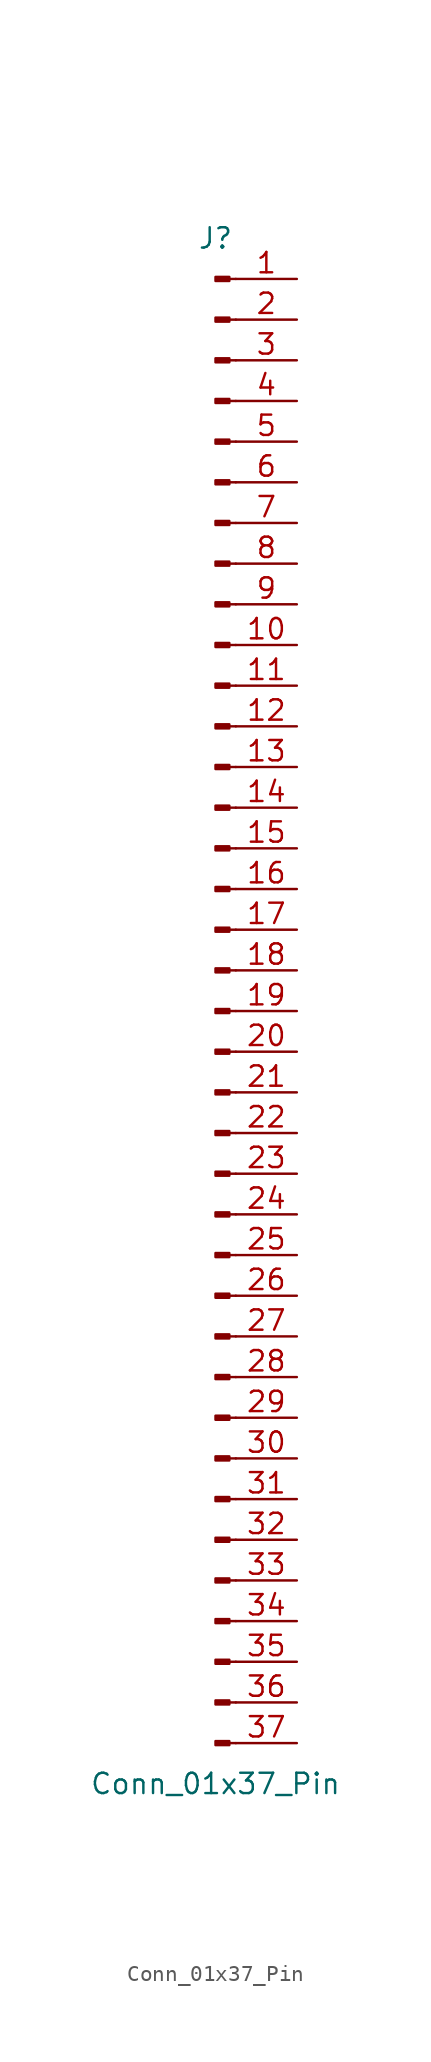
<source format=kicad_sym>
(kicad_symbol_lib
  (version 20220914)
  (generator kicad_symbol_editor)
  (symbol "Conn_01x37_Pin"
    (pin_names
      (offset 1.016) hide)
    (property "Reference" "J"
      (at 0 48.26 0)
      (effects (font (size 1.27 1.27))))
    (property "Value" "Conn_01x37_Pin"
      (at 0 -48.26 0)
      (effects (font (size 1.27 1.27))))
    (property "ki_locked" ""
      (at 0 0 0)
      (effects (font (size 1.27 1.27))))
    (symbol "Conn_01x37_Pin_1_1"
      (polyline (pts (xy 1.27 -45.72) (xy 0.864 -45.72)) (stroke (width 0.152) (type default)) (fill (type none)))
      (polyline (pts (xy 1.27 -43.18) (xy 0.864 -43.18)) (stroke (width 0.152) (type default)) (fill (type none)))
      (polyline (pts (xy 1.27 -40.64) (xy 0.864 -40.64)) (stroke (width 0.152) (type default)) (fill (type none)))
      (polyline (pts (xy 1.27 -38.1) (xy 0.864 -38.1)) (stroke (width 0.152) (type default)) (fill (type none)))
      (polyline (pts (xy 1.27 -35.56) (xy 0.864 -35.56)) (stroke (width 0.152) (type default)) (fill (type none)))
      (polyline (pts (xy 1.27 -33.02) (xy 0.864 -33.02)) (stroke (width 0.152) (type default)) (fill (type none)))
      (polyline (pts (xy 1.27 -30.48) (xy 0.864 -30.48)) (stroke (width 0.152) (type default)) (fill (type none)))
      (polyline (pts (xy 1.27 -27.94) (xy 0.864 -27.94)) (stroke (width 0.152) (type default)) (fill (type none)))
      (polyline (pts (xy 1.27 -25.4) (xy 0.864 -25.4)) (stroke (width 0.152) (type default)) (fill (type none)))
      (polyline (pts (xy 1.27 -22.86) (xy 0.864 -22.86)) (stroke (width 0.152) (type default)) (fill (type none)))
      (polyline (pts (xy 1.27 -20.32) (xy 0.864 -20.32)) (stroke (width 0.152) (type default)) (fill (type none)))
      (polyline (pts (xy 1.27 -17.78) (xy 0.864 -17.78)) (stroke (width 0.152) (type default)) (fill (type none)))
      (polyline (pts (xy 1.27 -15.24) (xy 0.864 -15.24)) (stroke (width 0.152) (type default)) (fill (type none)))
      (polyline (pts (xy 1.27 -12.7) (xy 0.864 -12.7)) (stroke (width 0.152) (type default)) (fill (type none)))
      (polyline (pts (xy 1.27 -10.16) (xy 0.864 -10.16)) (stroke (width 0.152) (type default)) (fill (type none)))
      (polyline (pts (xy 1.27 -7.62) (xy 0.864 -7.62)) (stroke (width 0.152) (type default)) (fill (type none)))
      (polyline (pts (xy 1.27 -5.08) (xy 0.864 -5.08)) (stroke (width 0.152) (type default)) (fill (type none)))
      (polyline (pts (xy 1.27 -2.54) (xy 0.864 -2.54)) (stroke (width 0.152) (type default)) (fill (type none)))
      (polyline (pts (xy 1.27 0) (xy 0.864 0)) (stroke (width 0.152) (type default)) (fill (type none)))
      (polyline (pts (xy 1.27 2.54) (xy 0.864 2.54)) (stroke (width 0.152) (type default)) (fill (type none)))
      (polyline (pts (xy 1.27 5.08) (xy 0.864 5.08)) (stroke (width 0.152) (type default)) (fill (type none)))
      (polyline (pts (xy 1.27 7.62) (xy 0.864 7.62)) (stroke (width 0.152) (type default)) (fill (type none)))
      (polyline (pts (xy 1.27 10.16) (xy 0.864 10.16)) (stroke (width 0.152) (type default)) (fill (type none)))
      (polyline (pts (xy 1.27 12.7) (xy 0.864 12.7)) (stroke (width 0.152) (type default)) (fill (type none)))
      (polyline (pts (xy 1.27 15.24) (xy 0.864 15.24)) (stroke (width 0.152) (type default)) (fill (type none)))
      (polyline (pts (xy 1.27 17.78) (xy 0.864 17.78)) (stroke (width 0.152) (type default)) (fill (type none)))
      (polyline (pts (xy 1.27 20.32) (xy 0.864 20.32)) (stroke (width 0.152) (type default)) (fill (type none)))
      (polyline (pts (xy 1.27 22.86) (xy 0.864 22.86)) (stroke (width 0.152) (type default)) (fill (type none)))
      (polyline (pts (xy 1.27 25.4) (xy 0.864 25.4)) (stroke (width 0.152) (type default)) (fill (type none)))
      (polyline (pts (xy 1.27 27.94) (xy 0.864 27.94)) (stroke (width 0.152) (type default)) (fill (type none)))
      (polyline (pts (xy 1.27 30.48) (xy 0.864 30.48)) (stroke (width 0.152) (type default)) (fill (type none)))
      (polyline (pts (xy 1.27 33.02) (xy 0.864 33.02)) (stroke (width 0.152) (type default)) (fill (type none)))
      (polyline (pts (xy 1.27 35.56) (xy 0.864 35.56)) (stroke (width 0.152) (type default)) (fill (type none)))
      (polyline (pts (xy 1.27 38.1) (xy 0.864 38.1)) (stroke (width 0.152) (type default)) (fill (type none)))
      (polyline (pts (xy 1.27 40.64) (xy 0.864 40.64)) (stroke (width 0.152) (type default)) (fill (type none)))
      (polyline (pts (xy 1.27 43.18) (xy 0.864 43.18)) (stroke (width 0.152) (type default)) (fill (type none)))
      (polyline (pts (xy 1.27 45.72) (xy 0.864 45.72)) (stroke (width 0.152) (type default)) (fill (type none)))
      (rectangle (start 0.864 -45.593) (end 0 -45.847) (stroke (width 0.152) (type default)) (fill (type outline)))
      (rectangle (start 0.864 -43.053) (end 0 -43.307) (stroke (width 0.152) (type default)) (fill (type outline)))
      (rectangle (start 0.864 -40.513) (end 0 -40.767) (stroke (width 0.152) (type default)) (fill (type outline)))
      (rectangle (start 0.864 -37.973) (end 0 -38.227) (stroke (width 0.152) (type default)) (fill (type outline)))
      (rectangle (start 0.864 -35.433) (end 0 -35.687) (stroke (width 0.152) (type default)) (fill (type outline)))
      (rectangle (start 0.864 -32.893) (end 0 -33.147) (stroke (width 0.152) (type default)) (fill (type outline)))
      (rectangle (start 0.864 -30.353) (end 0 -30.607) (stroke (width 0.152) (type default)) (fill (type outline)))
      (rectangle (start 0.864 -27.813) (end 0 -28.067) (stroke (width 0.152) (type default)) (fill (type outline)))
      (rectangle (start 0.864 -25.273) (end 0 -25.527) (stroke (width 0.152) (type default)) (fill (type outline)))
      (rectangle (start 0.864 -22.733) (end 0 -22.987) (stroke (width 0.152) (type default)) (fill (type outline)))
      (rectangle (start 0.864 -20.193) (end 0 -20.447) (stroke (width 0.152) (type default)) (fill (type outline)))
      (rectangle (start 0.864 -17.653) (end 0 -17.907) (stroke (width 0.152) (type default)) (fill (type outline)))
      (rectangle (start 0.864 -15.113) (end 0 -15.367) (stroke (width 0.152) (type default)) (fill (type outline)))
      (rectangle (start 0.864 -12.573) (end 0 -12.827) (stroke (width 0.152) (type default)) (fill (type outline)))
      (rectangle (start 0.864 -10.033) (end 0 -10.287) (stroke (width 0.152) (type default)) (fill (type outline)))
      (rectangle (start 0.864 -7.493) (end 0 -7.747) (stroke (width 0.152) (type default)) (fill (type outline)))
      (rectangle (start 0.864 -4.953) (end 0 -5.207) (stroke (width 0.152) (type default)) (fill (type outline)))
      (rectangle (start 0.864 -2.413) (end 0 -2.667) (stroke (width 0.152) (type default)) (fill (type outline)))
      (rectangle (start 0.864 0.127) (end 0 -0.127) (stroke (width 0.152) (type default)) (fill (type outline)))
      (rectangle (start 0.864 2.667) (end 0 2.413) (stroke (width 0.152) (type default)) (fill (type outline)))
      (rectangle (start 0.864 5.207) (end 0 4.953) (stroke (width 0.152) (type default)) (fill (type outline)))
      (rectangle (start 0.864 7.747) (end 0 7.493) (stroke (width 0.152) (type default)) (fill (type outline)))
      (rectangle (start 0.864 10.287) (end 0 10.033) (stroke (width 0.152) (type default)) (fill (type outline)))
      (rectangle (start 0.864 12.827) (end 0 12.573) (stroke (width 0.152) (type default)) (fill (type outline)))
      (rectangle (start 0.864 15.367) (end 0 15.113) (stroke (width 0.152) (type default)) (fill (type outline)))
      (rectangle (start 0.864 17.907) (end 0 17.653) (stroke (width 0.152) (type default)) (fill (type outline)))
      (rectangle (start 0.864 20.447) (end 0 20.193) (stroke (width 0.152) (type default)) (fill (type outline)))
      (rectangle (start 0.864 22.987) (end 0 22.733) (stroke (width 0.152) (type default)) (fill (type outline)))
      (rectangle (start 0.864 25.527) (end 0 25.273) (stroke (width 0.152) (type default)) (fill (type outline)))
      (rectangle (start 0.864 28.067) (end 0 27.813) (stroke (width 0.152) (type default)) (fill (type outline)))
      (rectangle (start 0.864 30.607) (end 0 30.353) (stroke (width 0.152) (type default)) (fill (type outline)))
      (rectangle (start 0.864 33.147) (end 0 32.893) (stroke (width 0.152) (type default)) (fill (type outline)))
      (rectangle (start 0.864 35.687) (end 0 35.433) (stroke (width 0.152) (type default)) (fill (type outline)))
      (rectangle (start 0.864 38.227) (end 0 37.973) (stroke (width 0.152) (type default)) (fill (type outline)))
      (rectangle (start 0.864 40.767) (end 0 40.513) (stroke (width 0.152) (type default)) (fill (type outline)))
      (rectangle (start 0.864 43.307) (end 0 43.053) (stroke (width 0.152) (type default)) (fill (type outline)))
      (rectangle (start 0.864 45.847) (end 0 45.593) (stroke (width 0.152) (type default)) (fill (type outline)))
      (pin passive line (at 5.08 45.72 180) (length 3.81) (name "Pin_1" (effects (font (size 1.27 1.27)))) (number "1" (effects (font (size 1.27 1.27)))))
      (pin passive line (at 5.08 22.86 180) (length 3.81) (name "Pin_10" (effects (font (size 1.27 1.27)))) (number "10" (effects (font (size 1.27 1.27)))))
      (pin passive line (at 5.08 20.32 180) (length 3.81) (name "Pin_11" (effects (font (size 1.27 1.27)))) (number "11" (effects (font (size 1.27 1.27)))))
      (pin passive line (at 5.08 17.78 180) (length 3.81) (name "Pin_12" (effects (font (size 1.27 1.27)))) (number "12" (effects (font (size 1.27 1.27)))))
      (pin passive line (at 5.08 15.24 180) (length 3.81) (name "Pin_13" (effects (font (size 1.27 1.27)))) (number "13" (effects (font (size 1.27 1.27)))))
      (pin passive line (at 5.08 12.7 180) (length 3.81) (name "Pin_14" (effects (font (size 1.27 1.27)))) (number "14" (effects (font (size 1.27 1.27)))))
      (pin passive line (at 5.08 10.16 180) (length 3.81) (name "Pin_15" (effects (font (size 1.27 1.27)))) (number "15" (effects (font (size 1.27 1.27)))))
      (pin passive line (at 5.08 7.62 180) (length 3.81) (name "Pin_16" (effects (font (size 1.27 1.27)))) (number "16" (effects (font (size 1.27 1.27)))))
      (pin passive line (at 5.08 5.08 180) (length 3.81) (name "Pin_17" (effects (font (size 1.27 1.27)))) (number "17" (effects (font (size 1.27 1.27)))))
      (pin passive line (at 5.08 2.54 180) (length 3.81) (name "Pin_18" (effects (font (size 1.27 1.27)))) (number "18" (effects (font (size 1.27 1.27)))))
      (pin passive line (at 5.08 0 180) (length 3.81) (name "Pin_19" (effects (font (size 1.27 1.27)))) (number "19" (effects (font (size 1.27 1.27)))))
      (pin passive line (at 5.08 43.18 180) (length 3.81) (name "Pin_2" (effects (font (size 1.27 1.27)))) (number "2" (effects (font (size 1.27 1.27)))))
      (pin passive line (at 5.08 -2.54 180) (length 3.81) (name "Pin_20" (effects (font (size 1.27 1.27)))) (number "20" (effects (font (size 1.27 1.27)))))
      (pin passive line (at 5.08 -5.08 180) (length 3.81) (name "Pin_21" (effects (font (size 1.27 1.27)))) (number "21" (effects (font (size 1.27 1.27)))))
      (pin passive line (at 5.08 -7.62 180) (length 3.81) (name "Pin_22" (effects (font (size 1.27 1.27)))) (number "22" (effects (font (size 1.27 1.27)))))
      (pin passive line (at 5.08 -10.16 180) (length 3.81) (name "Pin_23" (effects (font (size 1.27 1.27)))) (number "23" (effects (font (size 1.27 1.27)))))
      (pin passive line (at 5.08 -12.7 180) (length 3.81) (name "Pin_24" (effects (font (size 1.27 1.27)))) (number "24" (effects (font (size 1.27 1.27)))))
      (pin passive line (at 5.08 -15.24 180) (length 3.81) (name "Pin_25" (effects (font (size 1.27 1.27)))) (number "25" (effects (font (size 1.27 1.27)))))
      (pin passive line (at 5.08 -17.78 180) (length 3.81) (name "Pin_26" (effects (font (size 1.27 1.27)))) (number "26" (effects (font (size 1.27 1.27)))))
      (pin passive line (at 5.08 -20.32 180) (length 3.81) (name "Pin_27" (effects (font (size 1.27 1.27)))) (number "27" (effects (font (size 1.27 1.27)))))
      (pin passive line (at 5.08 -22.86 180) (length 3.81) (name "Pin_28" (effects (font (size 1.27 1.27)))) (number "28" (effects (font (size 1.27 1.27)))))
      (pin passive line (at 5.08 -25.4 180) (length 3.81) (name "Pin_29" (effects (font (size 1.27 1.27)))) (number "29" (effects (font (size 1.27 1.27)))))
      (pin passive line (at 5.08 40.64 180) (length 3.81) (name "Pin_3" (effects (font (size 1.27 1.27)))) (number "3" (effects (font (size 1.27 1.27)))))
      (pin passive line (at 5.08 -27.94 180) (length 3.81) (name "Pin_30" (effects (font (size 1.27 1.27)))) (number "30" (effects (font (size 1.27 1.27)))))
      (pin passive line (at 5.08 -30.48 180) (length 3.81) (name "Pin_31" (effects (font (size 1.27 1.27)))) (number "31" (effects (font (size 1.27 1.27)))))
      (pin passive line (at 5.08 -33.02 180) (length 3.81) (name "Pin_32" (effects (font (size 1.27 1.27)))) (number "32" (effects (font (size 1.27 1.27)))))
      (pin passive line (at 5.08 -35.56 180) (length 3.81) (name "Pin_33" (effects (font (size 1.27 1.27)))) (number "33" (effects (font (size 1.27 1.27)))))
      (pin passive line (at 5.08 -38.1 180) (length 3.81) (name "Pin_34" (effects (font (size 1.27 1.27)))) (number "34" (effects (font (size 1.27 1.27)))))
      (pin passive line (at 5.08 -40.64 180) (length 3.81) (name "Pin_35" (effects (font (size 1.27 1.27)))) (number "35" (effects (font (size 1.27 1.27)))))
      (pin passive line (at 5.08 -43.18 180) (length 3.81) (name "Pin_36" (effects (font (size 1.27 1.27)))) (number "36" (effects (font (size 1.27 1.27)))))
      (pin passive line (at 5.08 -45.72 180) (length 3.81) (name "Pin_37" (effects (font (size 1.27 1.27)))) (number "37" (effects (font (size 1.27 1.27)))))
      (pin passive line (at 5.08 38.1 180) (length 3.81) (name "Pin_4" (effects (font (size 1.27 1.27)))) (number "4" (effects (font (size 1.27 1.27)))))
      (pin passive line (at 5.08 35.56 180) (length 3.81) (name "Pin_5" (effects (font (size 1.27 1.27)))) (number "5" (effects (font (size 1.27 1.27)))))
      (pin passive line (at 5.08 33.02 180) (length 3.81) (name "Pin_6" (effects (font (size 1.27 1.27)))) (number "6" (effects (font (size 1.27 1.27)))))
      (pin passive line (at 5.08 30.48 180) (length 3.81) (name "Pin_7" (effects (font (size 1.27 1.27)))) (number "7" (effects (font (size 1.27 1.27)))))
      (pin passive line (at 5.08 27.94 180) (length 3.81) (name "Pin_8" (effects (font (size 1.27 1.27)))) (number "8" (effects (font (size 1.27 1.27)))))
      (pin passive line (at 5.08 25.4 180) (length 3.81) (name "Pin_9" (effects (font (size 1.27 1.27)))) (number "9" (effects (font (size 1.27 1.27))))))))
</source>
